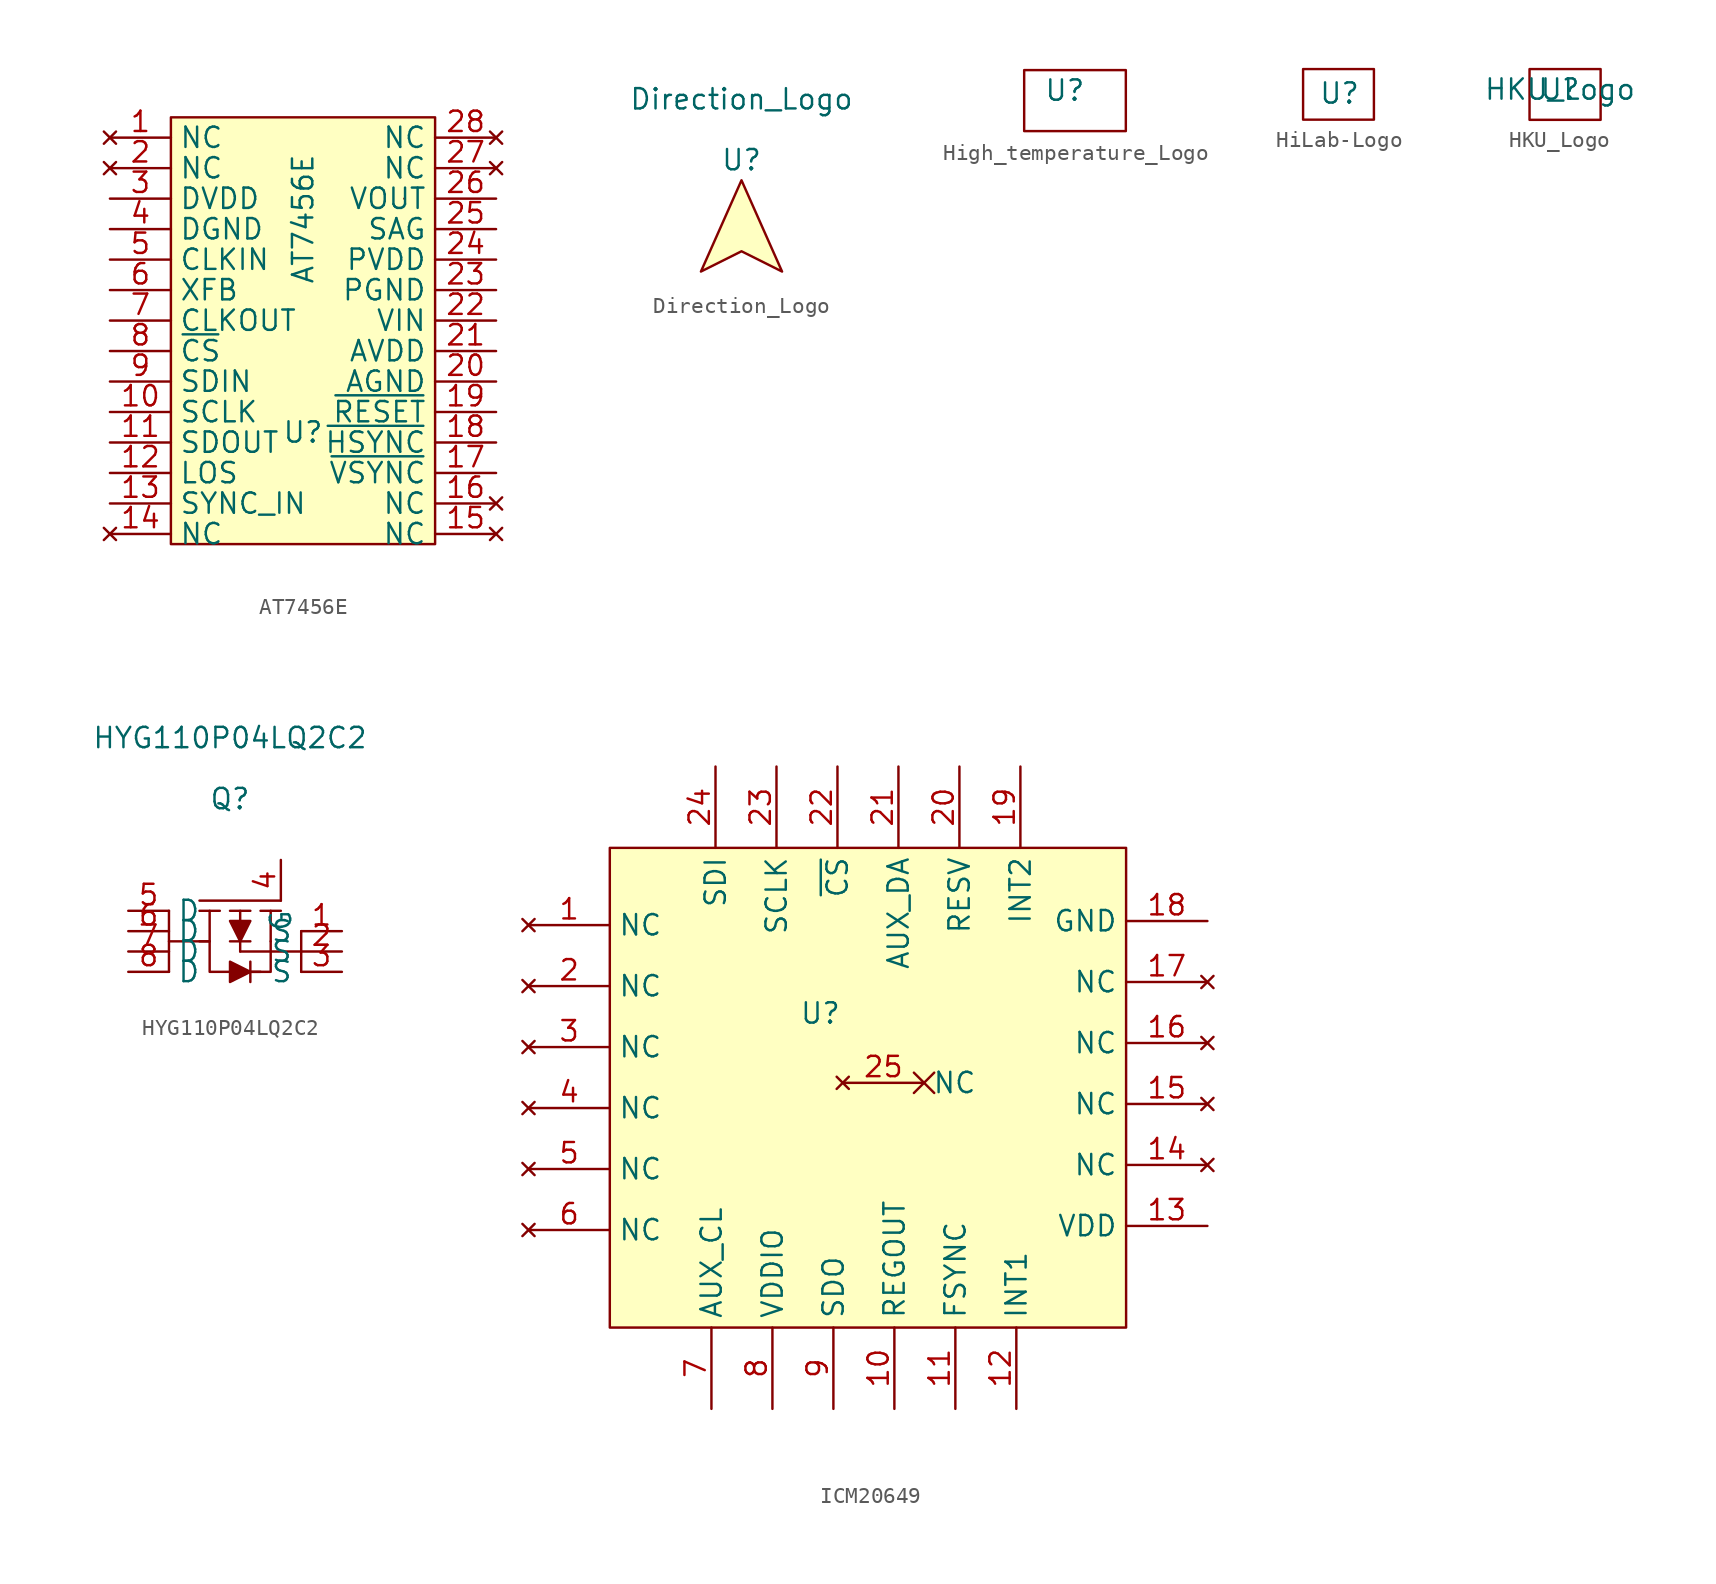
<source format=kicad_sym>
(kicad_symbol_lib
  (version 20220914)
  (generator kicad_symbol_editor)
  (symbol "AT7456E"
    (property "Reference" "U"
      (at 0 -6.985 0)
      (effects (font (size 1.27 1.27))))
    (property "Value" "AT7456E"
      (at 0 6.35 90)
      (effects (font (size 1.27 1.27))))
    (symbol "AT7456E_0_1"
      (rectangle (start -8.255 12.7) (end 8.255 -13.97) (stroke (width 0) (type default)) (fill (type background)))
      (rectangle (start 5.715 1.905) (end 5.715 1.905) (stroke (width 0) (type default)) (fill (type none)))
      (rectangle (start 6.35 7.62) (end 6.35 7.62) (stroke (width 0) (type default)) (fill (type none)))
      (rectangle (start 6.35 7.62) (end 6.35 7.62) (stroke (width 0) (type default)) (fill (type none))))
    (symbol "AT7456E_1_1"
      (pin no_connect line (at -12.065 11.43 0) (length 3.81) (name "NC" (effects (font (size 1.27 1.27)))) (number "1" (effects (font (size 1.27 1.27)))))
      (pin input line (at -12.065 -5.715 0) (length 3.81) (name "SCLK" (effects (font (size 1.27 1.27)))) (number "10" (effects (font (size 1.27 1.27)))))
      (pin output line (at -12.065 -7.62 0) (length 3.81) (name "SDOUT" (effects (font (size 1.27 1.27)))) (number "11" (effects (font (size 1.27 1.27)))))
      (pin input line (at -12.065 -9.525 0) (length 3.81) (name "LOS" (effects (font (size 1.27 1.27)))) (number "12" (effects (font (size 1.27 1.27)))))
      (pin input line (at -12.065 -11.43 0) (length 3.81) (name "SYNC_IN" (effects (font (size 1.27 1.27)))) (number "13" (effects (font (size 1.27 1.27)))))
      (pin no_connect line (at -12.065 -13.335 0) (length 3.81) (name "NC" (effects (font (size 1.27 1.27)))) (number "14" (effects (font (size 1.27 1.27)))))
      (pin no_connect line (at 12.065 -13.335 180) (length 3.81) (name "NC" (effects (font (size 1.27 1.27)))) (number "15" (effects (font (size 1.27 1.27)))))
      (pin no_connect line (at 12.065 -11.43 180) (length 3.81) (name "NC" (effects (font (size 1.27 1.27)))) (number "16" (effects (font (size 1.27 1.27)))))
      (pin input line (at 12.065 -9.525 180) (length 3.81) (name "~{VSYNC}" (effects (font (size 1.27 1.27)))) (number "17" (effects (font (size 1.27 1.27)))))
      (pin input line (at 12.065 -7.62 180) (length 3.81) (name "~{HSYNC}" (effects (font (size 1.27 1.27)))) (number "18" (effects (font (size 1.27 1.27)))))
      (pin input line (at 12.065 -5.715 180) (length 3.81) (name "~{RESET}" (effects (font (size 1.27 1.27)))) (number "19" (effects (font (size 1.27 1.27)))))
      (pin no_connect line (at -12.065 9.525 0) (length 3.81) (name "NC" (effects (font (size 1.27 1.27)))) (number "2" (effects (font (size 1.27 1.27)))))
      (pin input line (at 12.065 -3.81 180) (length 3.81) (name "AGND" (effects (font (size 1.27 1.27)))) (number "20" (effects (font (size 1.27 1.27)))))
      (pin input line (at 12.065 -1.905 180) (length 3.81) (name "AVDD" (effects (font (size 1.27 1.27)))) (number "21" (effects (font (size 1.27 1.27)))))
      (pin input line (at 12.065 0 180) (length 3.81) (name "VIN" (effects (font (size 1.27 1.27)))) (number "22" (effects (font (size 1.27 1.27)))))
      (pin input line (at 12.065 1.905 180) (length 3.81) (name "PGND" (effects (font (size 1.27 1.27)))) (number "23" (effects (font (size 1.27 1.27)))))
      (pin input line (at 12.065 3.81 180) (length 3.81) (name "PVDD" (effects (font (size 1.27 1.27)))) (number "24" (effects (font (size 1.27 1.27)))))
      (pin input line (at 12.065 5.715 180) (length 3.81) (name "SAG" (effects (font (size 1.27 1.27)))) (number "25" (effects (font (size 1.27 1.27)))))
      (pin input line (at 12.065 7.62 180) (length 3.81) (name "VOUT" (effects (font (size 1.27 1.27)))) (number "26" (effects (font (size 1.27 1.27)))))
      (pin no_connect line (at 12.065 9.525 180) (length 3.81) (name "NC" (effects (font (size 1.27 1.27)))) (number "27" (effects (font (size 1.27 1.27)))))
      (pin no_connect line (at 12.065 11.43 180) (length 3.81) (name "NC" (effects (font (size 1.27 1.27)))) (number "28" (effects (font (size 1.27 1.27)))))
      (pin input line (at -12.065 7.62 0) (length 3.81) (name "DVDD" (effects (font (size 1.27 1.27)))) (number "3" (effects (font (size 1.27 1.27)))))
      (pin input line (at -12.065 5.715 0) (length 3.81) (name "DGND" (effects (font (size 1.27 1.27)))) (number "4" (effects (font (size 1.27 1.27)))))
      (pin input line (at -12.065 3.81 0) (length 3.81) (name "CLKIN" (effects (font (size 1.27 1.27)))) (number "5" (effects (font (size 1.27 1.27)))))
      (pin input line (at -12.065 1.905 0) (length 3.81) (name "XFB" (effects (font (size 1.27 1.27)))) (number "6" (effects (font (size 1.27 1.27)))))
      (pin output line (at -12.065 0 0) (length 3.81) (name "CLKOUT" (effects (font (size 1.27 1.27)))) (number "7" (effects (font (size 1.27 1.27)))))
      (pin input line (at -12.065 -1.905 0) (length 3.81) (name "~{CS}" (effects (font (size 1.27 1.27)))) (number "8" (effects (font (size 1.27 1.27)))))
      (pin input line (at -12.065 -3.81 0) (length 3.81) (name "SDIN" (effects (font (size 1.27 1.27)))) (number "9" (effects (font (size 1.27 1.27)))))))
  (symbol "Direction_Logo"
    (property "Reference" "U"
      (at 0 0 0)
      (effects (font (size 1.27 1.27))))
    (property "Value" "Direction_Logo"
      (at 0 3.81 0)
      (effects (font (size 1.27 1.27))))
    (symbol "Direction_Logo_0_1"
      (polyline (pts (xy 0 -1.27) (xy -2.54 -6.985) (xy 0 -5.715) (xy 2.54 -6.985) (xy 0 -1.27)) (stroke (width 0) (type default)) (fill (type background)))))
  (symbol "High_temperature_Logo"
    (property "Reference" "U"
      (at 0 0 0)
      (effects (font (size 1.27 1.27))))
    (property "Value" ""
      (at 0 0 0)
      (effects (font (size 1.27 1.27))))
    (symbol "High_temperature_Logo_0_1"
      (rectangle (start -2.54 1.27) (end 3.81 -2.54) (stroke (width 0) (type default)) (fill (type none)))))
  (symbol "HiLab-Logo"
    (property "Reference" "U"
      (at 0 0 0)
      (effects (font (size 1.27 1.27))))
    (property "Value" ""
      (at 0 0 0)
      (effects (font (size 1.27 1.27))))
    (symbol "HiLab-Logo_0_1"
      (rectangle (start -2.286 1.524) (end 2.159 -1.651) (stroke (width 0) (type default)) (fill (type none)))))
  (symbol "HKU_Logo"
    (property "Reference" "U"
      (at 0 0 0)
      (effects (font (size 1.27 1.27))))
    (property "Value" "HKU_Logo"
      (at 0 0 0)
      (effects (font (size 1.27 1.27))))
    (symbol "HKU_Logo_0_1"
      (rectangle (start -1.905 1.27) (end 2.54 -1.905) (stroke (width 0) (type default)) (fill (type none)))))
  (symbol "HYG110P04LQ2C2"
    (property "Reference" "Q"
      (at 0 0 0)
      (effects (font (size 1.27 1.27))))
    (property "Value" "HYG110P04LQ2C2"
      (at 0 3.81 0)
      (effects (font (size 1.27 1.27))))
    (symbol "HYG110P04LQ2C2_0_1"
      (polyline (pts (xy -3.81 -6.985) (xy -3.81 -10.795)) (stroke (width 0) (type default)) (fill (type none)))
      (polyline (pts (xy -1.905 -6.985) (xy -0.635 -6.985)) (stroke (width 0) (type default)) (fill (type none)))
      (polyline (pts (xy -1.27 -8.89) (xy -1.905 -8.89)) (stroke (width 0) (type default)) (fill (type none)))
      (polyline (pts (xy -1.27 -6.985) (xy -1.27 -8.89)) (stroke (width 0) (type default)) (fill (type none)))
      (polyline (pts (xy 0 -8.89) (xy 1.27 -8.89)) (stroke (width 0) (type default)) (fill (type none)))
      (polyline (pts (xy 0 -6.985) (xy 1.27 -6.985)) (stroke (width 0) (type default)) (fill (type none)))
      (polyline (pts (xy 0.635 -9.525) (xy 0.635 -8.89)) (stroke (width 0) (type default)) (fill (type none)))
      (polyline (pts (xy 0.635 -8.89) (xy 0.635 -6.985)) (stroke (width 0) (type default)) (fill (type none)))
      (polyline (pts (xy 1.27 -10.16) (xy 1.27 -11.43)) (stroke (width 0) (type default)) (fill (type none)))
      (polyline (pts (xy 1.905 -6.985) (xy 3.175 -6.985)) (stroke (width 0) (type default)) (fill (type none)))
      (polyline (pts (xy 2.54 -6.985) (xy 2.54 -8.89)) (stroke (width 0) (type default)) (fill (type none)))
      (polyline (pts (xy 3.175 -6.35) (xy -1.905 -6.35)) (stroke (width 0) (type default)) (fill (type none)))
      (polyline (pts (xy 4.445 -9.525) (xy 0.635 -9.525)) (stroke (width 0) (type default)) (fill (type none)))
      (polyline (pts (xy 4.445 -8.255) (xy 4.445 -10.795)) (stroke (width 0) (type default)) (fill (type none)))
      (polyline (pts (xy 2.54 -8.89) (xy 2.54 -10.795) (xy 0 -10.795)) (stroke (width 0) (type default)) (fill (type none)))
      (polyline (pts (xy 0 -7.62) (xy 1.27 -7.62) (xy 0.635 -8.89) (xy 0 -7.62)) (stroke (width 0) (type default)) (fill (type outline)))
      (polyline (pts (xy 1.27 -10.795) (xy 0 -10.16) (xy 0 -11.43) (xy 1.27 -10.795)) (stroke (width 0) (type default)) (fill (type outline)))
      (polyline (pts (xy 1.905 -10.795) (xy -1.27 -10.795) (xy -1.27 -8.89) (xy -3.81 -8.89)) (stroke (width 0) (type default)) (fill (type none))))
    (symbol "HYG110P04LQ2C2_1_1"
      (pin input line (at 6.985 -8.255 180) (length 2.54) (name "S" (effects (font (size 1.27 1.27)))) (number "1" (effects (font (size 1.27 1.27)))))
      (pin input line (at 6.985 -9.525 180) (length 2.54) (name "S" (effects (font (size 1.27 1.27)))) (number "2" (effects (font (size 1.27 1.27)))))
      (pin input line (at 6.985 -10.795 180) (length 2.54) (name "S" (effects (font (size 1.27 1.27)))) (number "3" (effects (font (size 1.27 1.27)))))
      (pin input line (at 3.175 -3.81 270) (length 2.54) (name "G" (effects (font (size 1.27 1.27)))) (number "4" (effects (font (size 1.27 1.27)))))
      (pin input line (at -6.35 -6.985 0) (length 2.54) (name "D" (effects (font (size 1.27 1.27)))) (number "5" (effects (font (size 1.27 1.27)))))
      (pin input line (at -6.35 -8.255 0) (length 2.54) (name "D" (effects (font (size 1.27 1.27)))) (number "6" (effects (font (size 1.27 1.27)))))
      (pin input line (at -6.35 -9.525 0) (length 2.54) (name "D" (effects (font (size 1.27 1.27)))) (number "7" (effects (font (size 1.27 1.27)))))
      (pin input line (at -6.35 -10.795 0) (length 2.54) (name "D" (effects (font (size 1.27 1.27)))) (number "8" (effects (font (size 1.27 1.27)))))))
  (symbol "ICM20649"
    (property "Reference" "U"
      (at -1.829 10.49 0)
      (effects (font (size 1.27 1.27))))
    (property "Value" ""
      (at 0 0 0)
      (effects (font (size 1.27 1.27))))
    (symbol "ICM20649_0_1"
      (rectangle (start -14.986 20.828) (end 17.272 -9.144) (stroke (width 0) (type default)) (fill (type background))))
    (symbol "ICM20649_1_1"
      (pin no_connect line (at -20.066 16.002 0) (length 5.08) (name "NC" (effects (font (size 1.27 1.27)))) (number "1" (effects (font (size 1.27 1.27)))))
      (pin input line (at 2.794 -14.224 90) (length 5.08) (name "REGOUT" (effects (font (size 1.27 1.27)))) (number "10" (effects (font (size 1.27 1.27)))))
      (pin input line (at 6.604 -14.224 90) (length 5.08) (name "FSYNC" (effects (font (size 1.27 1.27)))) (number "11" (effects (font (size 1.27 1.27)))))
      (pin output line (at 10.414 -14.224 90) (length 5.08) (name "INT1" (effects (font (size 1.27 1.27)))) (number "12" (effects (font (size 1.27 1.27)))))
      (pin input line (at 22.352 -2.794 180) (length 5.08) (name "VDD" (effects (font (size 1.27 1.27)))) (number "13" (effects (font (size 1.27 1.27)))))
      (pin no_connect line (at 22.352 1.016 180) (length 5.08) (name "NC" (effects (font (size 1.27 1.27)))) (number "14" (effects (font (size 1.27 1.27)))))
      (pin no_connect line (at 22.352 4.826 180) (length 5.08) (name "NC" (effects (font (size 1.27 1.27)))) (number "15" (effects (font (size 1.27 1.27)))))
      (pin no_connect line (at 22.352 8.636 180) (length 5.08) (name "NC" (effects (font (size 1.27 1.27)))) (number "16" (effects (font (size 1.27 1.27)))))
      (pin no_connect line (at 22.352 12.446 180) (length 5.08) (name "NC" (effects (font (size 1.27 1.27)))) (number "17" (effects (font (size 1.27 1.27)))))
      (pin input line (at 22.352 16.256 180) (length 5.08) (name "GND" (effects (font (size 1.27 1.27)))) (number "18" (effects (font (size 1.27 1.27)))))
      (pin input line (at 10.668 25.908 270) (length 5.08) (name "INT2" (effects (font (size 1.27 1.27)))) (number "19" (effects (font (size 1.27 1.27)))))
      (pin no_connect line (at -20.066 12.192 0) (length 5.08) (name "NC" (effects (font (size 1.27 1.27)))) (number "2" (effects (font (size 1.27 1.27)))))
      (pin input line (at 6.858 25.908 270) (length 5.08) (name "RESV" (effects (font (size 1.27 1.27)))) (number "20" (effects (font (size 1.27 1.27)))))
      (pin input line (at 3.048 25.908 270) (length 5.08) (name "AUX_DA" (effects (font (size 1.27 1.27)))) (number "21" (effects (font (size 1.27 1.27)))))
      (pin input line (at -0.762 25.908 270) (length 5.08) (name "~{CS}" (effects (font (size 1.27 1.27)))) (number "22" (effects (font (size 1.27 1.27)))))
      (pin input line (at -4.572 25.908 270) (length 5.08) (name "SCLK" (effects (font (size 1.27 1.27)))) (number "23" (effects (font (size 1.27 1.27)))))
      (pin input line (at -8.382 25.908 270) (length 5.08) (name "SDI" (effects (font (size 1.27 1.27)))) (number "24" (effects (font (size 1.27 1.27)))))
      (pin no_connect non_logic (at -0.432 6.147 0) (length 5.08) (name "NC" (effects (font (size 1.27 1.27)))) (number "25" (effects (font (size 1.27 1.27)))))
      (pin no_connect line (at -20.066 8.382 0) (length 5.08) (name "NC" (effects (font (size 1.27 1.27)))) (number "3" (effects (font (size 1.27 1.27)))))
      (pin no_connect line (at -20.066 4.572 0) (length 5.08) (name "NC" (effects (font (size 1.27 1.27)))) (number "4" (effects (font (size 1.27 1.27)))))
      (pin no_connect line (at -20.066 0.762 0) (length 5.08) (name "NC" (effects (font (size 1.27 1.27)))) (number "5" (effects (font (size 1.27 1.27)))))
      (pin no_connect line (at -20.066 -3.048 0) (length 5.08) (name "NC" (effects (font (size 1.27 1.27)))) (number "6" (effects (font (size 1.27 1.27)))))
      (pin input line (at -8.636 -14.224 90) (length 5.08) (name "AUX_CL" (effects (font (size 1.27 1.27)))) (number "7" (effects (font (size 1.27 1.27)))))
      (pin input line (at -4.826 -14.224 90) (length 5.08) (name "VDDIO" (effects (font (size 1.27 1.27)))) (number "8" (effects (font (size 1.27 1.27)))))
      (pin output line (at -1.016 -14.224 90) (length 5.08) (name "SDO" (effects (font (size 1.27 1.27)))) (number "9" (effects (font (size 1.27 1.27))))))))
</source>
